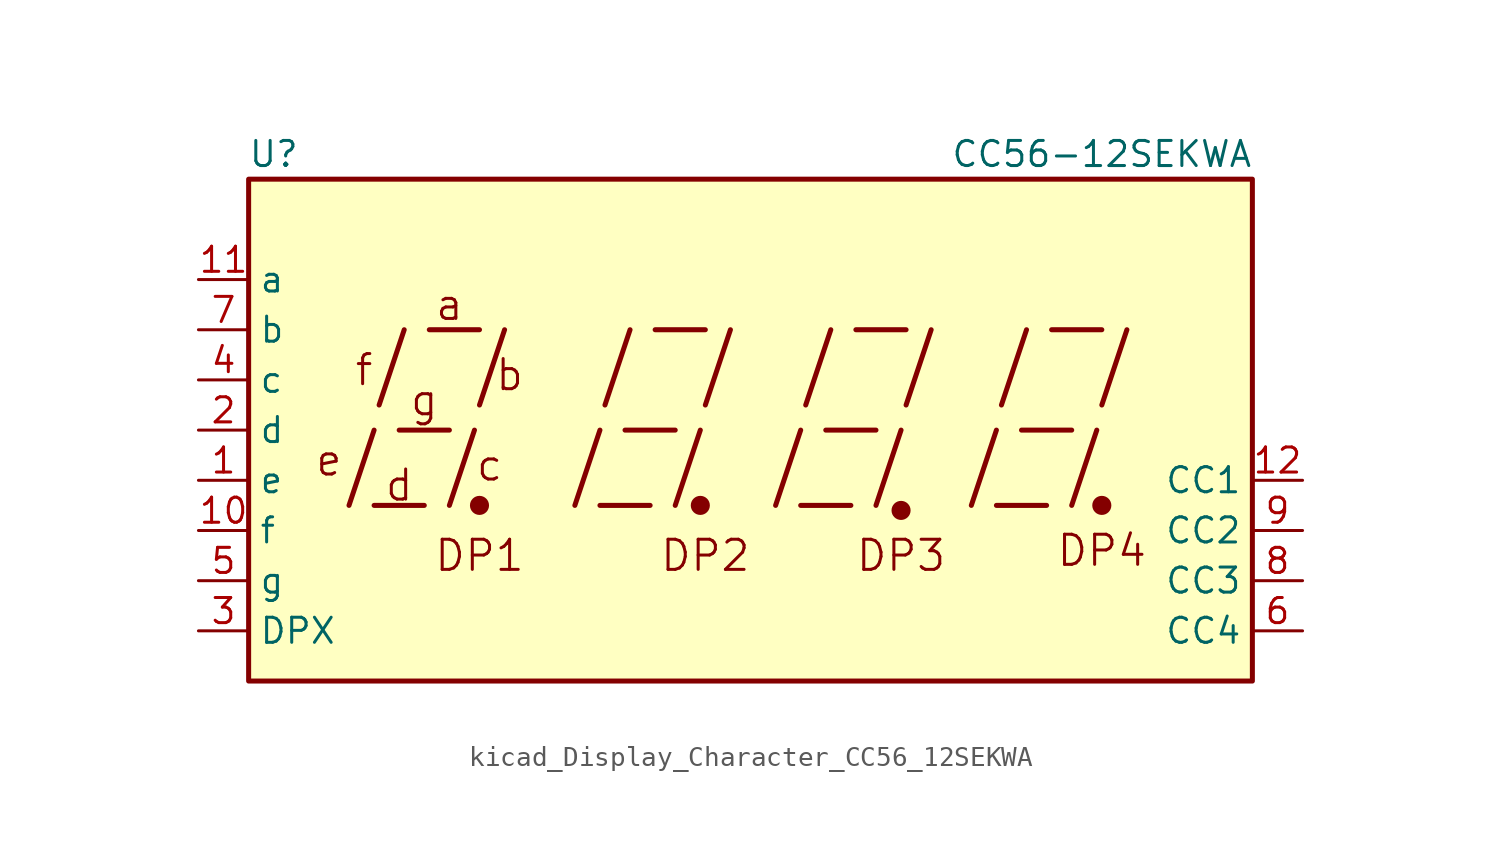
<source format=kicad_sym>
(kicad_symbol_lib
  (version 20220914)
  (generator kicad_symbol_editor)
  (symbol "kicad_Display_Character_CC56_12SEKWA"
    (property "Reference" "U"
      (at -24.13 13.97 0)
      (effects (font (size 1.27 1.27))))
    (property "Value" "CC56-12SEKWA"
      (at 17.78 13.97 0)
      (effects (font (size 1.27 1.27))))
    (symbol "kicad_Display_Character_CC56_12SEKWA_0_0"
      (rectangle (start -25.4 12.7) (end 25.4 -12.7) (stroke (width 0.254) (type default)) (fill (type background)))
      (polyline (pts (xy -20.32 -3.81) (xy -19.05 0)) (stroke (width 0.254) (type default)) (fill (type none)))
      (polyline (pts (xy -19.05 -3.81) (xy -16.51 -3.81)) (stroke (width 0.254) (type default)) (fill (type none)))
      (polyline (pts (xy -18.796 1.27) (xy -17.526 5.08)) (stroke (width 0.254) (type default)) (fill (type none)))
      (polyline (pts (xy -17.78 0) (xy -15.24 0)) (stroke (width 0.254) (type default)) (fill (type none)))
      (polyline (pts (xy -16.256 5.08) (xy -13.716 5.08)) (stroke (width 0.254) (type default)) (fill (type none)))
      (polyline (pts (xy -15.24 -3.81) (xy -13.97 0)) (stroke (width 0.254) (type default)) (fill (type none)))
      (polyline (pts (xy -13.716 1.27) (xy -12.446 5.08)) (stroke (width 0.254) (type default)) (fill (type none)))
      (polyline (pts (xy -8.89 -3.81) (xy -7.62 0)) (stroke (width 0.254) (type default)) (fill (type none)))
      (polyline (pts (xy -7.62 -3.81) (xy -5.08 -3.81)) (stroke (width 0.254) (type default)) (fill (type none)))
      (polyline (pts (xy -7.366 1.27) (xy -6.096 5.08)) (stroke (width 0.254) (type default)) (fill (type none)))
      (polyline (pts (xy -6.35 0) (xy -3.81 0)) (stroke (width 0.254) (type default)) (fill (type none)))
      (polyline (pts (xy -4.826 5.08) (xy -2.286 5.08)) (stroke (width 0.254) (type default)) (fill (type none)))
      (polyline (pts (xy -3.81 -3.81) (xy -2.54 0)) (stroke (width 0.254) (type default)) (fill (type none)))
      (polyline (pts (xy -2.286 1.27) (xy -1.016 5.08)) (stroke (width 0.254) (type default)) (fill (type none)))
      (polyline (pts (xy 1.27 -3.81) (xy 2.54 0)) (stroke (width 0.254) (type default)) (fill (type none)))
      (polyline (pts (xy 2.54 -3.81) (xy 5.08 -3.81)) (stroke (width 0.254) (type default)) (fill (type none)))
      (polyline (pts (xy 2.794 1.27) (xy 4.064 5.08)) (stroke (width 0.254) (type default)) (fill (type none)))
      (polyline (pts (xy 3.81 0) (xy 6.35 0)) (stroke (width 0.254) (type default)) (fill (type none)))
      (polyline (pts (xy 5.334 5.08) (xy 7.874 5.08)) (stroke (width 0.254) (type default)) (fill (type none)))
      (polyline (pts (xy 6.35 -3.81) (xy 7.62 0)) (stroke (width 0.254) (type default)) (fill (type none)))
      (polyline (pts (xy 7.874 1.27) (xy 9.144 5.08)) (stroke (width 0.254) (type default)) (fill (type none)))
      (polyline (pts (xy 11.176 -3.81) (xy 12.446 0)) (stroke (width 0.254) (type default)) (fill (type none)))
      (polyline (pts (xy 12.446 -3.81) (xy 14.986 -3.81)) (stroke (width 0.254) (type default)) (fill (type none)))
      (polyline (pts (xy 12.7 1.27) (xy 13.97 5.08)) (stroke (width 0.254) (type default)) (fill (type none)))
      (polyline (pts (xy 13.716 0) (xy 16.256 0)) (stroke (width 0.254) (type default)) (fill (type none)))
      (polyline (pts (xy 15.24 5.08) (xy 17.78 5.08)) (stroke (width 0.254) (type default)) (fill (type none)))
      (polyline (pts (xy 16.256 -3.81) (xy 17.526 0)) (stroke (width 0.254) (type default)) (fill (type none)))
      (polyline (pts (xy 17.78 1.27) (xy 19.05 5.08)) (stroke (width 0.254) (type default)) (fill (type none)))
      (text "a" (at -15.24 6.35 0) (effects (font (size 1.524 1.524))))
      (text "b" (at -12.192 2.794 0) (effects (font (size 1.524 1.524))))
      (text "c" (at -13.208 -1.778 0) (effects (font (size 1.524 1.524))))
      (text "d" (at -17.78 -2.794 0) (effects (font (size 1.524 1.524))))
      (text "DP1" (at -13.716 -6.35 0) (effects (font (size 1.524 1.524))))
      (text "DP2" (at -2.286 -6.35 0) (effects (font (size 1.524 1.524))))
      (text "DP3" (at 7.62 -6.35 0) (effects (font (size 1.524 1.524))))
      (text "DP4" (at 17.78 -6.096 0) (effects (font (size 1.524 1.524))))
      (text "e" (at -21.336 -1.524 0) (effects (font (size 1.524 1.524))))
      (text "f" (at -19.558 3.048 0) (effects (font (size 1.524 1.524))))
      (text "g" (at -16.51 1.524 0) (effects (font (size 1.524 1.524)))))
    (symbol "kicad_Display_Character_CC56_12SEKWA_0_1"
      (circle (center -13.716 -3.81) (radius 0.356) (stroke (width 0.254) (type default)) (fill (type outline)))
      (circle (center -2.54 -3.81) (radius 0.356) (stroke (width 0.254) (type default)) (fill (type outline))))
    (symbol "kicad_Display_Character_CC56_12SEKWA_1_0"
      (circle (center 7.62 -4.064) (radius 0.356) (stroke (width 0.254) (type default)) (fill (type outline)))
      (circle (center 17.78 -3.81) (radius 0.356) (stroke (width 0.254) (type default)) (fill (type outline))))
    (symbol "kicad_Display_Character_CC56_12SEKWA_1_1"
      (pin input line (at -27.94 -2.54 0) (length 2.54) (name "e" (effects (font (size 1.27 1.27)))) (number "1" (effects (font (size 1.27 1.27)))))
      (pin input line (at -27.94 -5.08 0) (length 2.54) (name "f" (effects (font (size 1.27 1.27)))) (number "10" (effects (font (size 1.27 1.27)))))
      (pin input line (at -27.94 7.62 0) (length 2.54) (name "a" (effects (font (size 1.27 1.27)))) (number "11" (effects (font (size 1.27 1.27)))))
      (pin input line (at 27.94 -2.54 180) (length 2.54) (name "CC1" (effects (font (size 1.27 1.27)))) (number "12" (effects (font (size 1.27 1.27)))))
      (pin input line (at -27.94 0 0) (length 2.54) (name "d" (effects (font (size 1.27 1.27)))) (number "2" (effects (font (size 1.27 1.27)))))
      (pin input line (at -27.94 -10.16 0) (length 2.54) (name "DPX" (effects (font (size 1.27 1.27)))) (number "3" (effects (font (size 1.27 1.27)))))
      (pin input line (at -27.94 2.54 0) (length 2.54) (name "c" (effects (font (size 1.27 1.27)))) (number "4" (effects (font (size 1.27 1.27)))))
      (pin input line (at -27.94 -7.62 0) (length 2.54) (name "g" (effects (font (size 1.27 1.27)))) (number "5" (effects (font (size 1.27 1.27)))))
      (pin input line (at 27.94 -10.16 180) (length 2.54) (name "CC4" (effects (font (size 1.27 1.27)))) (number "6" (effects (font (size 1.27 1.27)))))
      (pin input line (at -27.94 5.08 0) (length 2.54) (name "b" (effects (font (size 1.27 1.27)))) (number "7" (effects (font (size 1.27 1.27)))))
      (pin input line (at 27.94 -7.62 180) (length 2.54) (name "CC3" (effects (font (size 1.27 1.27)))) (number "8" (effects (font (size 1.27 1.27)))))
      (pin input line (at 27.94 -5.08 180) (length 2.54) (name "CC2" (effects (font (size 1.27 1.27)))) (number "9" (effects (font (size 1.27 1.27))))))))
</source>
